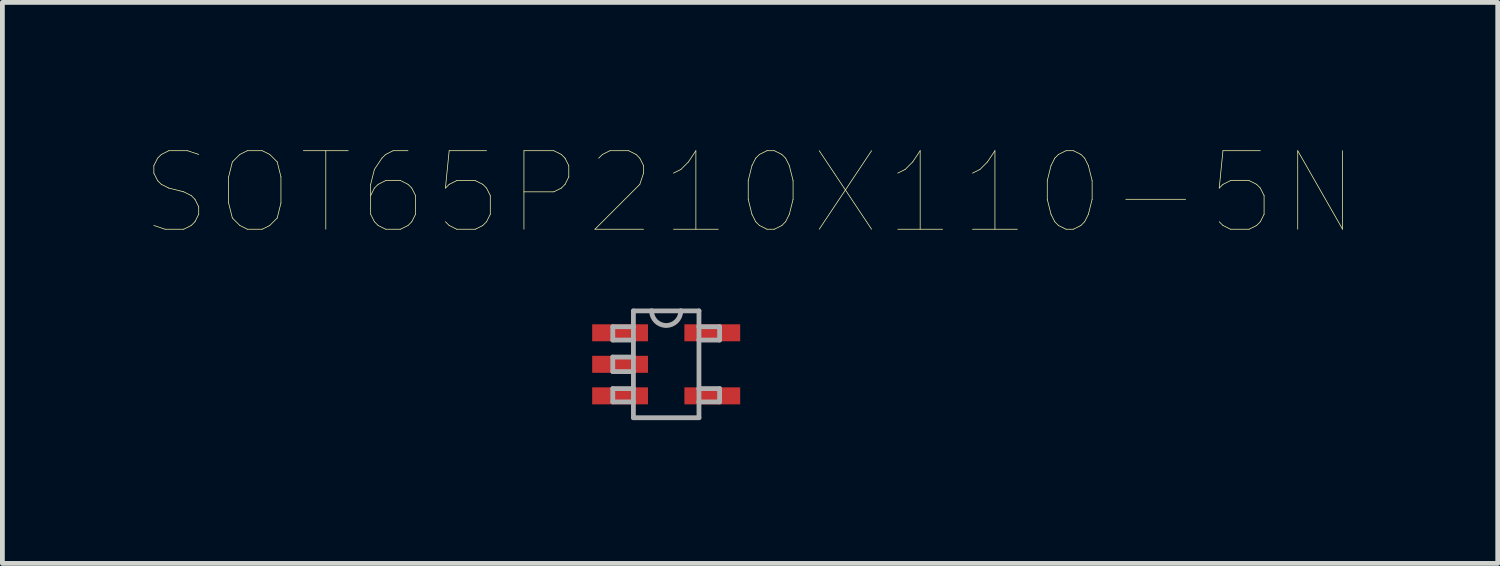
<source format=kicad_pcb>
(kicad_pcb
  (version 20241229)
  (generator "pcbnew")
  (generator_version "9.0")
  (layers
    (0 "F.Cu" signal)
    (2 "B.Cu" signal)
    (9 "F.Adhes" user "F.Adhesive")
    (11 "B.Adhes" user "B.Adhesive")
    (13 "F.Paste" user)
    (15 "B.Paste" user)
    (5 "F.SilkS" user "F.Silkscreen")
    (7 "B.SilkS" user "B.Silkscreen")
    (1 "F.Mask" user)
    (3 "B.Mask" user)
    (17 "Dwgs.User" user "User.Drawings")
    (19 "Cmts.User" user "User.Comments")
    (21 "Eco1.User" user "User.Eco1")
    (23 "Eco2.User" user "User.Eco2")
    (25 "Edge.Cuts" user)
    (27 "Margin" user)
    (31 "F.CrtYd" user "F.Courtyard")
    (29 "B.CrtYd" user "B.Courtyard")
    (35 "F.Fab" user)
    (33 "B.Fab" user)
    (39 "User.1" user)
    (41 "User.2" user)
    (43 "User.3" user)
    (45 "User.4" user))
  (footprint "SOT65P210X110-5N"
    (layer "F.Cu")
    (at 10.893 4.575)
    (property "Reference" "SOT65P210X110-5N" (at 1.756 -3.587 0) (layer "F.SilkS") (effects (font (size 1.643 1.643) (thickness 0.015))))
    (attr through_hole)
    (fp_line (start -1.118 -0.787) (end -1.118 -0.508) (stroke (width 0.1) (type solid)) (layer "F.Fab"))
    (fp_line (start -1.118 -0.508) (end -0.686 -0.508) (stroke (width 0.1) (type solid)) (layer "F.Fab"))
    (fp_line (start -1.118 -0.152) (end -1.118 0.152) (stroke (width 0.1) (type solid)) (layer "F.Fab"))
    (fp_line (start -1.118 0.152) (end -0.686 0.152) (stroke (width 0.1) (type solid)) (layer "F.Fab"))
    (fp_line (start -1.118 0.508) (end -1.118 0.787) (stroke (width 0.1) (type solid)) (layer "F.Fab"))
    (fp_line (start -1.118 0.787) (end -0.686 0.787) (stroke (width 0.1) (type solid)) (layer "F.Fab"))
    (fp_line (start -0.686 -1.118) (end -0.686 -0.787) (stroke (width 0.1) (type solid)) (layer "F.Fab"))
    (fp_line (start -0.686 -0.787) (end -1.118 -0.787) (stroke (width 0.1) (type solid)) (layer "F.Fab"))
    (fp_line (start -0.686 -0.787) (end -0.686 -0.508) (stroke (width 0.1) (type solid)) (layer "F.Fab"))
    (fp_line (start -0.686 -0.508) (end -0.686 -0.152) (stroke (width 0.1) (type solid)) (layer "F.Fab"))
    (fp_line (start -0.686 -0.152) (end -1.118 -0.152) (stroke (width 0.1) (type solid)) (layer "F.Fab"))
    (fp_line (start -0.686 -0.152) (end -0.686 0.152) (stroke (width 0.1) (type solid)) (layer "F.Fab"))
    (fp_line (start -0.686 0.152) (end -0.686 0.508) (stroke (width 0.1) (type solid)) (layer "F.Fab"))
    (fp_line (start -0.686 0.508) (end -1.118 0.508) (stroke (width 0.1) (type solid)) (layer "F.Fab"))
    (fp_line (start -0.686 0.508) (end -0.686 0.787) (stroke (width 0.1) (type solid)) (layer "F.Fab"))
    (fp_line (start -0.686 0.787) (end -0.686 1.118) (stroke (width 0.1) (type solid)) (layer "F.Fab"))
    (fp_line (start -0.686 1.118) (end 0.686 1.118) (stroke (width 0.1) (type solid)) (layer "F.Fab"))
    (fp_line (start -0.305 -1.118) (end -0.686 -1.118) (stroke (width 0.1) (type solid)) (layer "F.Fab"))
    (fp_line (start 0.305 -1.118) (end -0.305 -1.118) (stroke (width 0.1) (type solid)) (layer "F.Fab"))
    (fp_line (start 0.686 -1.118) (end 0.305 -1.118) (stroke (width 0.1) (type solid)) (layer "F.Fab"))
    (fp_line (start 0.686 -0.787) (end 0.686 -1.118) (stroke (width 0.1) (type solid)) (layer "F.Fab"))
    (fp_line (start 0.686 -0.508) (end 0.686 -0.787) (stroke (width 0.1) (type solid)) (layer "F.Fab"))
    (fp_line (start 0.686 -0.508) (end 1.118 -0.508) (stroke (width 0.1) (type solid)) (layer "F.Fab"))
    (fp_line (start 0.686 0.508) (end 0.686 -0.508) (stroke (width 0.1) (type solid)) (layer "F.Fab"))
    (fp_line (start 0.686 0.787) (end 0.686 0.508) (stroke (width 0.1) (type solid)) (layer "F.Fab"))
    (fp_line (start 0.686 0.787) (end 1.118 0.787) (stroke (width 0.1) (type solid)) (layer "F.Fab"))
    (fp_line (start 0.686 1.118) (end 0.686 0.787) (stroke (width 0.1) (type solid)) (layer "F.Fab"))
    (fp_line (start 1.118 -0.787) (end 0.686 -0.787) (stroke (width 0.1) (type solid)) (layer "F.Fab"))
    (fp_line (start 1.118 -0.508) (end 1.118 -0.787) (stroke (width 0.1) (type solid)) (layer "F.Fab"))
    (fp_line (start 1.118 0.508) (end 0.686 0.508) (stroke (width 0.1) (type solid)) (layer "F.Fab"))
    (fp_line (start 1.118 0.787) (end 1.118 0.508) (stroke (width 0.1) (type solid)) (layer "F.Fab"))
    (fp_arc (start 0.3048 -1.1176) (mid 0 -0.8128) (end -0.3048 -1.1176) (stroke (width 0.1) (type solid)) (layer "F.Fab"))
    (pad "1" smd rect (at -0.965 -0.66) (size 1.168 0.356) (layers "F.Cu" "F.Mask" "F.Paste"))
    (pad "2" smd rect (at -0.965 0) (size 1.168 0.356) (layers "F.Cu" "F.Mask" "F.Paste"))
    (pad "3" smd rect (at -0.965 0.66) (size 1.168 0.356) (layers "F.Cu" "F.Mask" "F.Paste"))
    (pad "4" smd rect (at 0.965 0.66) (size 1.168 0.356) (layers "F.Cu" "F.Mask" "F.Paste"))
    (pad "5" smd rect (at 0.965 -0.66) (size 1.168 0.356) (layers "F.Cu" "F.Mask" "F.Paste")))
  (gr_rect
    (start -3 -3)
    (end 28.297 8.742)
    (stroke (width 0.1) (type default))
    (fill no)
    (layer "Edge.Cuts")))
</source>
